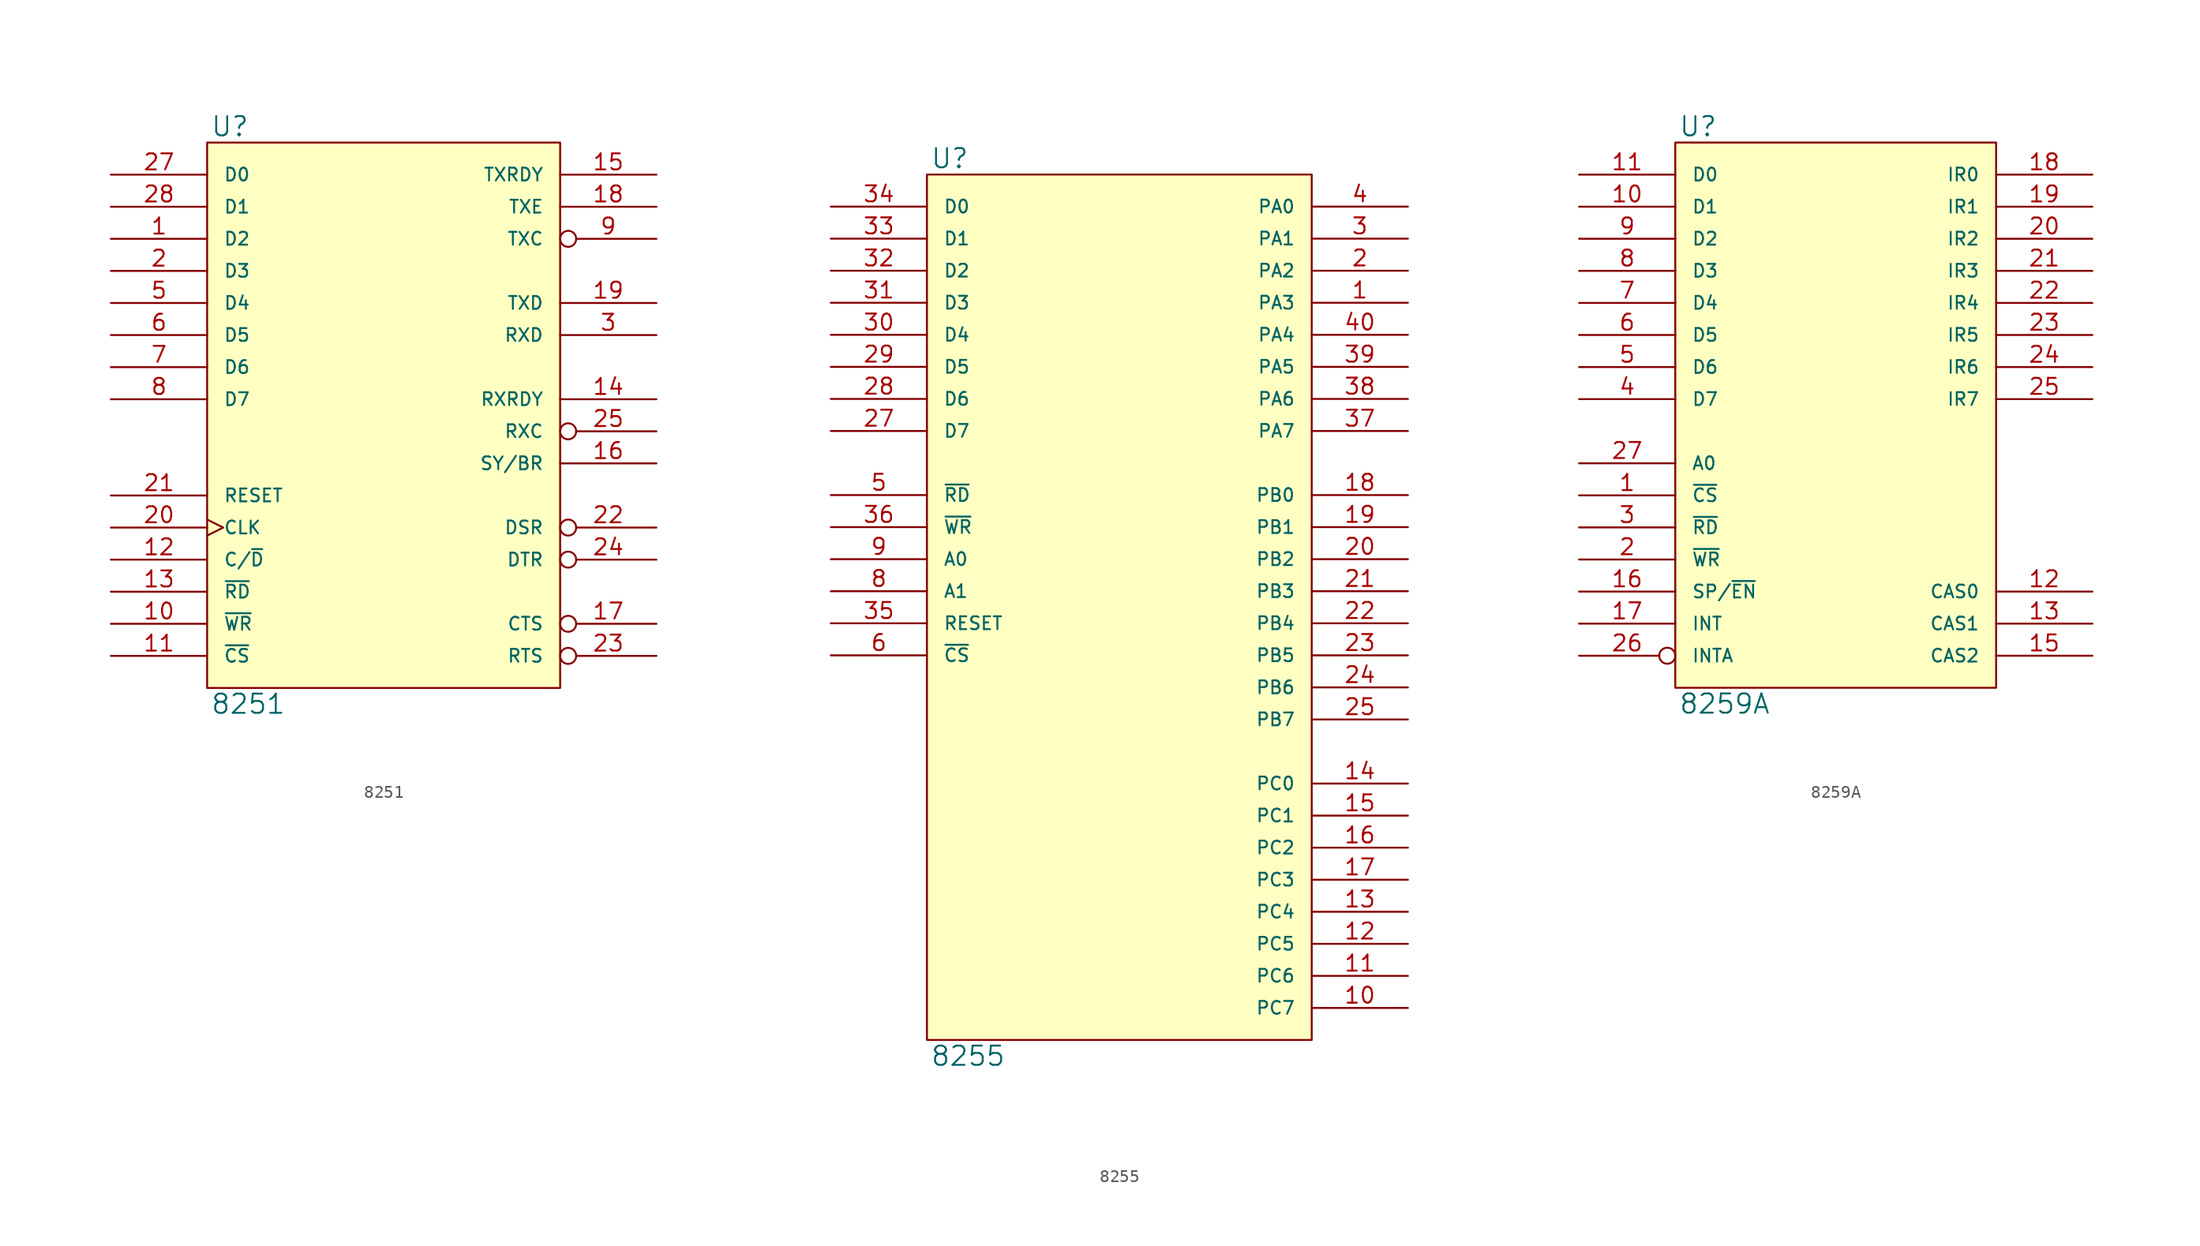
<source format=kicad_sym>
(kicad_symbol_lib
  (version 20231120)
  (generator "kicad_symbol_editor")
  (generator_version "8.0")
  (symbol "8251"
    (pin_names
      (offset 1.27))
    (property "Reference" "U"
      (at 0.254 0.381 0)
      (effects (font (size 1.524 1.524)) (justify left bottom)))
    (property "Value" "8251"
      (at 0.254 -43.561 0)
      (effects (font (size 1.524 1.524)) (justify left top)))
    (symbol "8251_0_1"
      (rectangle (start 0 0) (end 27.94 -43.18) (stroke (width 0) (type solid)) (fill (type background))))
    (symbol "8251_1_1"
      (pin bidirectional line (at -7.62 -7.62 0) (length 7.62) (name "D2" (effects (font (size 1.016 1.016)))) (number "1" (effects (font (size 1.27 1.27)))))
      (pin input line (at -7.62 -38.1 0) (length 7.62) (name "~{WR}" (effects (font (size 1.016 1.016)))) (number "10" (effects (font (size 1.27 1.27)))))
      (pin input line (at -7.62 -40.64 0) (length 7.62) (name "~{CS}" (effects (font (size 1.016 1.016)))) (number "11" (effects (font (size 1.27 1.27)))))
      (pin input line (at -7.62 -33.02 0) (length 7.62) (name "C/~{D}" (effects (font (size 1.016 1.016)))) (number "12" (effects (font (size 1.27 1.27)))))
      (pin input line (at -7.62 -35.56 0) (length 7.62) (name "~{RD}" (effects (font (size 1.016 1.016)))) (number "13" (effects (font (size 1.27 1.27)))))
      (pin output line (at 35.56 -20.32 180) (length 7.62) (name "RXRDY" (effects (font (size 1.016 1.016)))) (number "14" (effects (font (size 1.27 1.27)))))
      (pin output line (at 35.56 -2.54 180) (length 7.62) (name "TXRDY" (effects (font (size 1.016 1.016)))) (number "15" (effects (font (size 1.27 1.27)))))
      (pin bidirectional line (at 35.56 -25.4 180) (length 7.62) (name "SY/BR" (effects (font (size 1.016 1.016)))) (number "16" (effects (font (size 1.27 1.27)))))
      (pin input inverted (at 35.56 -38.1 180) (length 7.62) (name "CTS" (effects (font (size 1.016 1.016)))) (number "17" (effects (font (size 1.27 1.27)))))
      (pin output line (at 35.56 -5.08 180) (length 7.62) (name "TXE" (effects (font (size 1.016 1.016)))) (number "18" (effects (font (size 1.27 1.27)))))
      (pin output line (at 35.56 -12.7 180) (length 7.62) (name "TXD" (effects (font (size 1.016 1.016)))) (number "19" (effects (font (size 1.27 1.27)))))
      (pin bidirectional line (at -7.62 -10.16 0) (length 7.62) (name "D3" (effects (font (size 1.016 1.016)))) (number "2" (effects (font (size 1.27 1.27)))))
      (pin input clock (at -7.62 -30.48 0) (length 7.62) (name "CLK" (effects (font (size 1.016 1.016)))) (number "20" (effects (font (size 1.27 1.27)))))
      (pin input line (at -7.62 -27.94 0) (length 7.62) (name "RESET" (effects (font (size 1.016 1.016)))) (number "21" (effects (font (size 1.27 1.27)))))
      (pin input inverted (at 35.56 -30.48 180) (length 7.62) (name "DSR" (effects (font (size 1.016 1.016)))) (number "22" (effects (font (size 1.27 1.27)))))
      (pin output inverted (at 35.56 -40.64 180) (length 7.62) (name "RTS" (effects (font (size 1.016 1.016)))) (number "23" (effects (font (size 1.27 1.27)))))
      (pin output inverted (at 35.56 -33.02 180) (length 7.62) (name "DTR" (effects (font (size 1.016 1.016)))) (number "24" (effects (font (size 1.27 1.27)))))
      (pin input inverted (at 35.56 -22.86 180) (length 7.62) (name "RXC" (effects (font (size 1.016 1.016)))) (number "25" (effects (font (size 1.27 1.27)))))
      (pin power_in line (at 0 0 270) (length 0) hide (name "VCC" (effects (font (size 1.016 1.016)))) (number "26" (effects (font (size 1.27 1.27)))))
      (pin bidirectional line (at -7.62 -2.54 0) (length 7.62) (name "D0" (effects (font (size 1.016 1.016)))) (number "27" (effects (font (size 1.27 1.27)))))
      (pin bidirectional line (at -7.62 -5.08 0) (length 7.62) (name "D1" (effects (font (size 1.016 1.016)))) (number "28" (effects (font (size 1.27 1.27)))))
      (pin input line (at 35.56 -15.24 180) (length 7.62) (name "RXD" (effects (font (size 1.016 1.016)))) (number "3" (effects (font (size 1.27 1.27)))))
      (pin power_in line (at 0 -43.18 90) (length 0) hide (name "GND" (effects (font (size 1.016 1.016)))) (number "4" (effects (font (size 1.27 1.27)))))
      (pin bidirectional line (at -7.62 -12.7 0) (length 7.62) (name "D4" (effects (font (size 1.016 1.016)))) (number "5" (effects (font (size 1.27 1.27)))))
      (pin bidirectional line (at -7.62 -15.24 0) (length 7.62) (name "D5" (effects (font (size 1.016 1.016)))) (number "6" (effects (font (size 1.27 1.27)))))
      (pin bidirectional line (at -7.62 -17.78 0) (length 7.62) (name "D6" (effects (font (size 1.016 1.016)))) (number "7" (effects (font (size 1.27 1.27)))))
      (pin bidirectional line (at -7.62 -20.32 0) (length 7.62) (name "D7" (effects (font (size 1.016 1.016)))) (number "8" (effects (font (size 1.27 1.27)))))
      (pin input inverted (at 35.56 -7.62 180) (length 7.62) (name "TXC" (effects (font (size 1.016 1.016)))) (number "9" (effects (font (size 1.27 1.27)))))))
  (symbol "8255"
    (pin_names
      (offset 1.27))
    (property "Reference" "U"
      (at 0.254 0.381 0)
      (effects (font (size 1.524 1.524)) (justify left bottom)))
    (property "Value" "8255"
      (at 0.254 -68.961 0)
      (effects (font (size 1.524 1.524)) (justify left top)))
    (symbol "8255_0_1"
      (rectangle (start 0 0) (end 30.48 -68.58) (stroke (width 0) (type solid)) (fill (type background))))
    (symbol "8255_1_1"
      (pin bidirectional line (at 38.1 -10.16 180) (length 7.62) (name "PA3" (effects (font (size 1.016 1.016)))) (number "1" (effects (font (size 1.27 1.27)))))
      (pin bidirectional line (at 38.1 -66.04 180) (length 7.62) (name "PC7" (effects (font (size 1.016 1.016)))) (number "10" (effects (font (size 1.27 1.27)))))
      (pin bidirectional line (at 38.1 -63.5 180) (length 7.62) (name "PC6" (effects (font (size 1.016 1.016)))) (number "11" (effects (font (size 1.27 1.27)))))
      (pin bidirectional line (at 38.1 -60.96 180) (length 7.62) (name "PC5" (effects (font (size 1.016 1.016)))) (number "12" (effects (font (size 1.27 1.27)))))
      (pin bidirectional line (at 38.1 -58.42 180) (length 7.62) (name "PC4" (effects (font (size 1.016 1.016)))) (number "13" (effects (font (size 1.27 1.27)))))
      (pin bidirectional line (at 38.1 -48.26 180) (length 7.62) (name "PC0" (effects (font (size 1.016 1.016)))) (number "14" (effects (font (size 1.27 1.27)))))
      (pin bidirectional line (at 38.1 -50.8 180) (length 7.62) (name "PC1" (effects (font (size 1.016 1.016)))) (number "15" (effects (font (size 1.27 1.27)))))
      (pin bidirectional line (at 38.1 -53.34 180) (length 7.62) (name "PC2" (effects (font (size 1.016 1.016)))) (number "16" (effects (font (size 1.27 1.27)))))
      (pin bidirectional line (at 38.1 -55.88 180) (length 7.62) (name "PC3" (effects (font (size 1.016 1.016)))) (number "17" (effects (font (size 1.27 1.27)))))
      (pin bidirectional line (at 38.1 -25.4 180) (length 7.62) (name "PB0" (effects (font (size 1.016 1.016)))) (number "18" (effects (font (size 1.27 1.27)))))
      (pin bidirectional line (at 38.1 -27.94 180) (length 7.62) (name "PB1" (effects (font (size 1.016 1.016)))) (number "19" (effects (font (size 1.27 1.27)))))
      (pin bidirectional line (at 38.1 -7.62 180) (length 7.62) (name "PA2" (effects (font (size 1.016 1.016)))) (number "2" (effects (font (size 1.27 1.27)))))
      (pin bidirectional line (at 38.1 -30.48 180) (length 7.62) (name "PB2" (effects (font (size 1.016 1.016)))) (number "20" (effects (font (size 1.27 1.27)))))
      (pin bidirectional line (at 38.1 -33.02 180) (length 7.62) (name "PB3" (effects (font (size 1.016 1.016)))) (number "21" (effects (font (size 1.27 1.27)))))
      (pin bidirectional line (at 38.1 -35.56 180) (length 7.62) (name "PB4" (effects (font (size 1.016 1.016)))) (number "22" (effects (font (size 1.27 1.27)))))
      (pin bidirectional line (at 38.1 -38.1 180) (length 7.62) (name "PB5" (effects (font (size 1.016 1.016)))) (number "23" (effects (font (size 1.27 1.27)))))
      (pin bidirectional line (at 38.1 -40.64 180) (length 7.62) (name "PB6" (effects (font (size 1.016 1.016)))) (number "24" (effects (font (size 1.27 1.27)))))
      (pin bidirectional line (at 38.1 -43.18 180) (length 7.62) (name "PB7" (effects (font (size 1.016 1.016)))) (number "25" (effects (font (size 1.27 1.27)))))
      (pin power_in line (at 0 0 270) (length 0) hide (name "VCC" (effects (font (size 1.016 1.016)))) (number "26" (effects (font (size 1.27 1.27)))))
      (pin bidirectional line (at -7.62 -20.32 0) (length 7.62) (name "D7" (effects (font (size 1.016 1.016)))) (number "27" (effects (font (size 1.27 1.27)))))
      (pin bidirectional line (at -7.62 -17.78 0) (length 7.62) (name "D6" (effects (font (size 1.016 1.016)))) (number "28" (effects (font (size 1.27 1.27)))))
      (pin bidirectional line (at -7.62 -15.24 0) (length 7.62) (name "D5" (effects (font (size 1.016 1.016)))) (number "29" (effects (font (size 1.27 1.27)))))
      (pin bidirectional line (at 38.1 -5.08 180) (length 7.62) (name "PA1" (effects (font (size 1.016 1.016)))) (number "3" (effects (font (size 1.27 1.27)))))
      (pin bidirectional line (at -7.62 -12.7 0) (length 7.62) (name "D4" (effects (font (size 1.016 1.016)))) (number "30" (effects (font (size 1.27 1.27)))))
      (pin bidirectional line (at -7.62 -10.16 0) (length 7.62) (name "D3" (effects (font (size 1.016 1.016)))) (number "31" (effects (font (size 1.27 1.27)))))
      (pin bidirectional line (at -7.62 -7.62 0) (length 7.62) (name "D2" (effects (font (size 1.016 1.016)))) (number "32" (effects (font (size 1.27 1.27)))))
      (pin bidirectional line (at -7.62 -5.08 0) (length 7.62) (name "D1" (effects (font (size 1.016 1.016)))) (number "33" (effects (font (size 1.27 1.27)))))
      (pin bidirectional line (at -7.62 -2.54 0) (length 7.62) (name "D0" (effects (font (size 1.016 1.016)))) (number "34" (effects (font (size 1.27 1.27)))))
      (pin input line (at -7.62 -35.56 0) (length 7.62) (name "RESET" (effects (font (size 1.016 1.016)))) (number "35" (effects (font (size 1.27 1.27)))))
      (pin input line (at -7.62 -27.94 0) (length 7.62) (name "~{WR}" (effects (font (size 1.016 1.016)))) (number "36" (effects (font (size 1.27 1.27)))))
      (pin bidirectional line (at 38.1 -20.32 180) (length 7.62) (name "PA7" (effects (font (size 1.016 1.016)))) (number "37" (effects (font (size 1.27 1.27)))))
      (pin bidirectional line (at 38.1 -17.78 180) (length 7.62) (name "PA6" (effects (font (size 1.016 1.016)))) (number "38" (effects (font (size 1.27 1.27)))))
      (pin bidirectional line (at 38.1 -15.24 180) (length 7.62) (name "PA5" (effects (font (size 1.016 1.016)))) (number "39" (effects (font (size 1.27 1.27)))))
      (pin bidirectional line (at 38.1 -2.54 180) (length 7.62) (name "PA0" (effects (font (size 1.016 1.016)))) (number "4" (effects (font (size 1.27 1.27)))))
      (pin bidirectional line (at 38.1 -12.7 180) (length 7.62) (name "PA4" (effects (font (size 1.016 1.016)))) (number "40" (effects (font (size 1.27 1.27)))))
      (pin input line (at -7.62 -25.4 0) (length 7.62) (name "~{RD}" (effects (font (size 1.016 1.016)))) (number "5" (effects (font (size 1.27 1.27)))))
      (pin input line (at -7.62 -38.1 0) (length 7.62) (name "~{CS}" (effects (font (size 1.016 1.016)))) (number "6" (effects (font (size 1.27 1.27)))))
      (pin power_in line (at 0 -68.58 90) (length 0) hide (name "GND" (effects (font (size 1.016 1.016)))) (number "7" (effects (font (size 1.27 1.27)))))
      (pin input line (at -7.62 -33.02 0) (length 7.62) (name "A1" (effects (font (size 1.016 1.016)))) (number "8" (effects (font (size 1.27 1.27)))))
      (pin input line (at -7.62 -30.48 0) (length 7.62) (name "A0" (effects (font (size 1.016 1.016)))) (number "9" (effects (font (size 1.27 1.27)))))))
  (symbol "8259A"
    (pin_names
      (offset 1.27))
    (property "Reference" "U"
      (at 0.254 0.381 0)
      (effects (font (size 1.524 1.524)) (justify left bottom)))
    (property "Value" "8259A"
      (at 0.254 -43.561 0)
      (effects (font (size 1.524 1.524)) (justify left top)))
    (symbol "8259A_0_1"
      (rectangle (start 0 0) (end 25.4 -43.18) (stroke (width 0) (type solid)) (fill (type background))))
    (symbol "8259A_1_1"
      (pin input line (at -7.62 -27.94 0) (length 7.62) (name "~{CS}" (effects (font (size 1.016 1.016)))) (number "1" (effects (font (size 1.27 1.27)))))
      (pin bidirectional line (at -7.62 -5.08 0) (length 7.62) (name "D1" (effects (font (size 1.016 1.016)))) (number "10" (effects (font (size 1.27 1.27)))))
      (pin bidirectional line (at -7.62 -2.54 0) (length 7.62) (name "D0" (effects (font (size 1.016 1.016)))) (number "11" (effects (font (size 1.27 1.27)))))
      (pin bidirectional line (at 33.02 -35.56 180) (length 7.62) (name "CAS0" (effects (font (size 1.016 1.016)))) (number "12" (effects (font (size 1.27 1.27)))))
      (pin bidirectional line (at 33.02 -38.1 180) (length 7.62) (name "CAS1" (effects (font (size 1.016 1.016)))) (number "13" (effects (font (size 1.27 1.27)))))
      (pin power_in line (at 0 -43.18 90) (length 0) hide (name "GND" (effects (font (size 1.016 1.016)))) (number "14" (effects (font (size 1.27 1.27)))))
      (pin bidirectional line (at 33.02 -40.64 180) (length 7.62) (name "CAS2" (effects (font (size 1.016 1.016)))) (number "15" (effects (font (size 1.27 1.27)))))
      (pin bidirectional line (at -7.62 -35.56 0) (length 7.62) (name "SP/~{EN}" (effects (font (size 1.016 1.016)))) (number "16" (effects (font (size 1.27 1.27)))))
      (pin output line (at -7.62 -38.1 0) (length 7.62) (name "INT" (effects (font (size 1.016 1.016)))) (number "17" (effects (font (size 1.27 1.27)))))
      (pin input line (at 33.02 -2.54 180) (length 7.62) (name "IR0" (effects (font (size 1.016 1.016)))) (number "18" (effects (font (size 1.27 1.27)))))
      (pin input line (at 33.02 -5.08 180) (length 7.62) (name "IR1" (effects (font (size 1.016 1.016)))) (number "19" (effects (font (size 1.27 1.27)))))
      (pin input line (at -7.62 -33.02 0) (length 7.62) (name "~{WR}" (effects (font (size 1.016 1.016)))) (number "2" (effects (font (size 1.27 1.27)))))
      (pin input line (at 33.02 -7.62 180) (length 7.62) (name "IR2" (effects (font (size 1.016 1.016)))) (number "20" (effects (font (size 1.27 1.27)))))
      (pin input line (at 33.02 -10.16 180) (length 7.62) (name "IR3" (effects (font (size 1.016 1.016)))) (number "21" (effects (font (size 1.27 1.27)))))
      (pin input line (at 33.02 -12.7 180) (length 7.62) (name "IR4" (effects (font (size 1.016 1.016)))) (number "22" (effects (font (size 1.27 1.27)))))
      (pin input line (at 33.02 -15.24 180) (length 7.62) (name "IR5" (effects (font (size 1.016 1.016)))) (number "23" (effects (font (size 1.27 1.27)))))
      (pin input line (at 33.02 -17.78 180) (length 7.62) (name "IR6" (effects (font (size 1.016 1.016)))) (number "24" (effects (font (size 1.27 1.27)))))
      (pin input line (at 33.02 -20.32 180) (length 7.62) (name "IR7" (effects (font (size 1.016 1.016)))) (number "25" (effects (font (size 1.27 1.27)))))
      (pin input inverted (at -7.62 -40.64 0) (length 7.62) (name "INTA" (effects (font (size 1.016 1.016)))) (number "26" (effects (font (size 1.27 1.27)))))
      (pin input line (at -7.62 -25.4 0) (length 7.62) (name "A0" (effects (font (size 1.016 1.016)))) (number "27" (effects (font (size 1.27 1.27)))))
      (pin power_in line (at 0 0 270) (length 0) hide (name "VCC" (effects (font (size 1.016 1.016)))) (number "28" (effects (font (size 1.27 1.27)))))
      (pin input line (at -7.62 -30.48 0) (length 7.62) (name "~{RD}" (effects (font (size 1.016 1.016)))) (number "3" (effects (font (size 1.27 1.27)))))
      (pin bidirectional line (at -7.62 -20.32 0) (length 7.62) (name "D7" (effects (font (size 1.016 1.016)))) (number "4" (effects (font (size 1.27 1.27)))))
      (pin bidirectional line (at -7.62 -17.78 0) (length 7.62) (name "D6" (effects (font (size 1.016 1.016)))) (number "5" (effects (font (size 1.27 1.27)))))
      (pin bidirectional line (at -7.62 -15.24 0) (length 7.62) (name "D5" (effects (font (size 1.016 1.016)))) (number "6" (effects (font (size 1.27 1.27)))))
      (pin bidirectional line (at -7.62 -12.7 0) (length 7.62) (name "D4" (effects (font (size 1.016 1.016)))) (number "7" (effects (font (size 1.27 1.27)))))
      (pin bidirectional line (at -7.62 -10.16 0) (length 7.62) (name "D3" (effects (font (size 1.016 1.016)))) (number "8" (effects (font (size 1.27 1.27)))))
      (pin bidirectional line (at -7.62 -7.62 0) (length 7.62) (name "D2" (effects (font (size 1.016 1.016)))) (number "9" (effects (font (size 1.27 1.27))))))))
</source>
